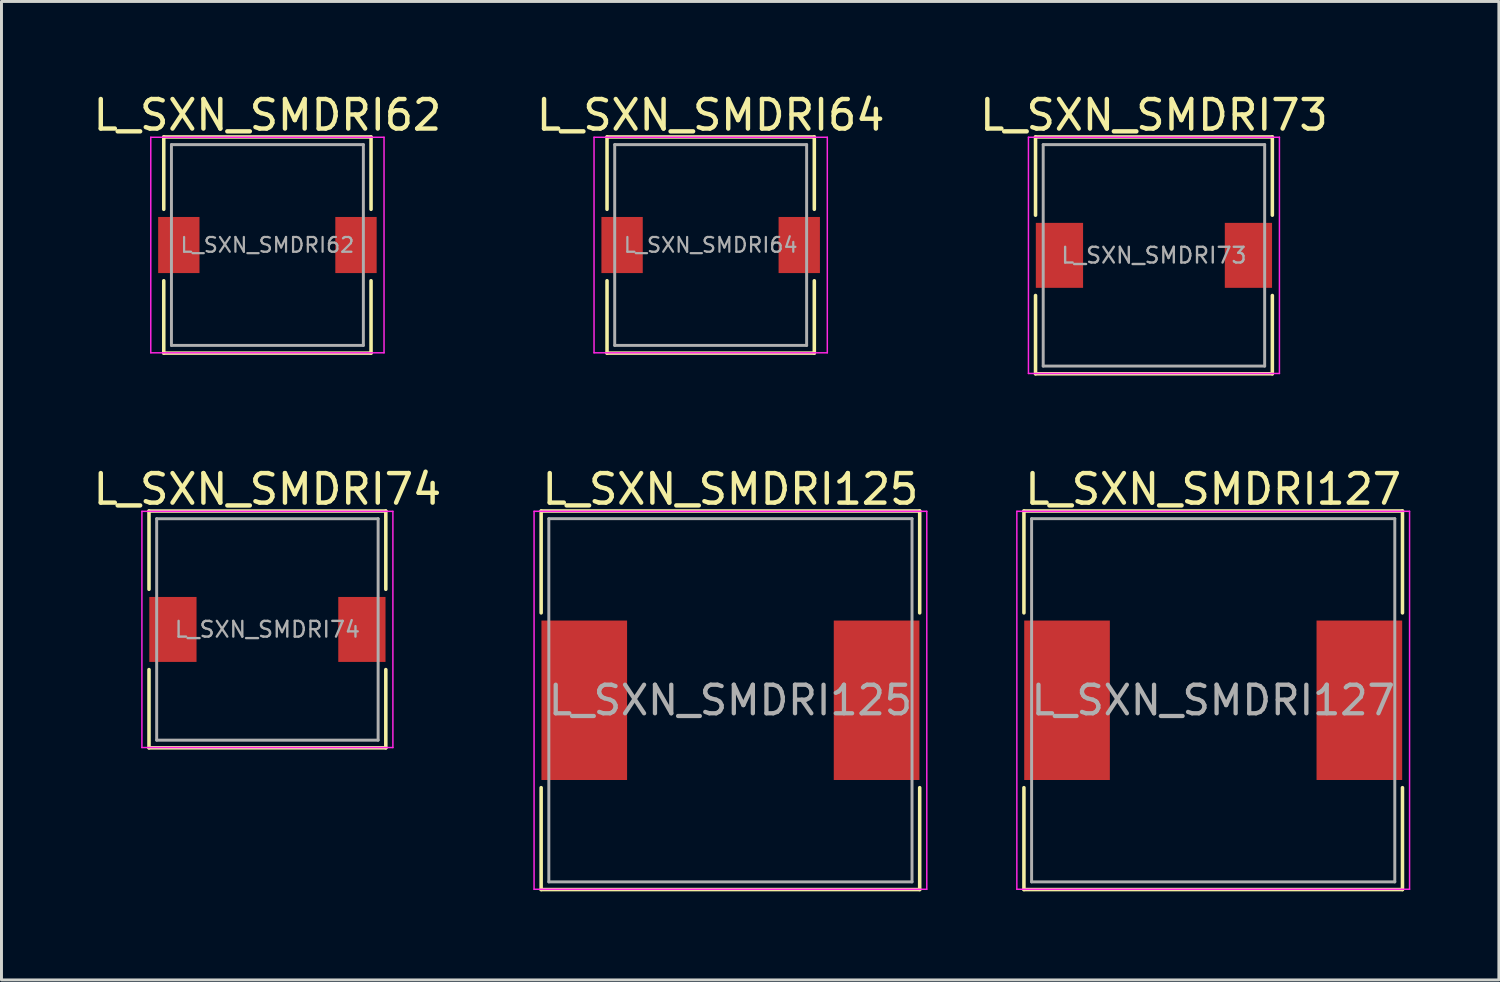
<source format=kicad_pcb>
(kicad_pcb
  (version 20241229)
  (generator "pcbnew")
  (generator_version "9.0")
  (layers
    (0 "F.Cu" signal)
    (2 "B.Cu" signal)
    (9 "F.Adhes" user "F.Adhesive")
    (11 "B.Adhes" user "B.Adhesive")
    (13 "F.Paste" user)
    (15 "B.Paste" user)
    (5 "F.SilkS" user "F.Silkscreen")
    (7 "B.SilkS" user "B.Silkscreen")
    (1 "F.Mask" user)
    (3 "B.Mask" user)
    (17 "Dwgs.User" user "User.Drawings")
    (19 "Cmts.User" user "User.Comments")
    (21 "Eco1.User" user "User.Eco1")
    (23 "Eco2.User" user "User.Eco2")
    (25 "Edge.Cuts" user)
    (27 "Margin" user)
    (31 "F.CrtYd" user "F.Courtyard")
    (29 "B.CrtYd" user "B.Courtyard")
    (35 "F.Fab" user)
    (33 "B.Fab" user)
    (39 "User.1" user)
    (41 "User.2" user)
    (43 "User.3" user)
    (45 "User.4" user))
  (footprint "L_SXN_SMDRI62"
    (layer "F.Cu")
    (at 6.006 5.248)
    (property "Reference" "L_SXN_SMDRI62" (at 0 -4.4 0) (layer "F.SilkS") (effects (font (size 1 1) (thickness 0.15))))
    (attr smd)
    (fp_line (start -3.51 -3.66) (end -3.51 -1.21) (stroke (width 0.12) (type solid)) (layer "F.SilkS"))
    (fp_line (start -3.51 -3.66) (end 3.51 -3.66) (stroke (width 0.12) (type solid)) (layer "F.SilkS"))
    (fp_line (start -3.51 3.66) (end -3.51 1.21) (stroke (width 0.12) (type solid)) (layer "F.SilkS"))
    (fp_line (start -3.51 3.66) (end 3.51 3.66) (stroke (width 0.12) (type solid)) (layer "F.SilkS"))
    (fp_line (start 3.51 -3.66) (end 3.51 -1.21) (stroke (width 0.12) (type solid)) (layer "F.SilkS"))
    (fp_line (start 3.51 3.66) (end 3.51 1.21) (stroke (width 0.12) (type solid)) (layer "F.SilkS"))
    (fp_line (start -3.95 -3.65) (end -3.95 3.65) (stroke (width 0.05) (type solid)) (layer "F.CrtYd"))
    (fp_line (start -3.95 3.65) (end 3.95 3.65) (stroke (width 0.05) (type solid)) (layer "F.CrtYd"))
    (fp_line (start 3.95 -3.65) (end -3.95 -3.65) (stroke (width 0.05) (type solid)) (layer "F.CrtYd"))
    (fp_line (start 3.95 3.65) (end 3.95 -3.65) (stroke (width 0.05) (type solid)) (layer "F.CrtYd"))
    (fp_line (start -3.25 -3.4) (end -3.25 3.4) (stroke (width 0.1) (type solid)) (layer "F.Fab"))
    (fp_line (start -3.25 3.4) (end 3.25 3.4) (stroke (width 0.1) (type solid)) (layer "F.Fab"))
    (fp_line (start 3.25 -3.4) (end -3.25 -3.4) (stroke (width 0.1) (type solid)) (layer "F.Fab"))
    (fp_line (start 3.25 3.4) (end 3.25 -3.4) (stroke (width 0.1) (type solid)) (layer "F.Fab"))
    (fp_text user "${REFERENCE}" (at 0 0 0) (layer "F.Fab") (effects (font (size 0.5 0.5) (thickness 0.075))))
    (pad "1" smd rect (at -3 0) (size 1.4 1.9) (layers "F.Cu" "F.Mask" "F.Paste"))
    (pad "2" smd rect (at 3 0) (size 1.4 1.9) (layers "F.Cu" "F.Mask" "F.Paste")))
  (footprint "L_SXN_SMDRI74"
    (layer "F.Cu")
    (at 6.006 18.267)
    (property "Reference" "L_SXN_SMDRI74" (at 0 -4.75 0) (layer "F.SilkS") (effects (font (size 1 1) (thickness 0.15))))
    (attr smd)
    (fp_line (start -4.01 -4.01) (end -4.01 -1.36) (stroke (width 0.12) (type solid)) (layer "F.SilkS"))
    (fp_line (start -4.01 -4.01) (end 4.01 -4.01) (stroke (width 0.12) (type solid)) (layer "F.SilkS"))
    (fp_line (start -4.01 4.01) (end -4.01 1.36) (stroke (width 0.12) (type solid)) (layer "F.SilkS"))
    (fp_line (start -4.01 4.01) (end 4.01 4.01) (stroke (width 0.12) (type solid)) (layer "F.SilkS"))
    (fp_line (start 4.01 -4.01) (end 4.01 -1.36) (stroke (width 0.12) (type solid)) (layer "F.SilkS"))
    (fp_line (start 4.01 4.01) (end 4.01 1.36) (stroke (width 0.12) (type solid)) (layer "F.SilkS"))
    (fp_line (start -4.25 -4) (end -4.25 4) (stroke (width 0.05) (type solid)) (layer "F.CrtYd"))
    (fp_line (start -4.25 4) (end 4.25 4) (stroke (width 0.05) (type solid)) (layer "F.CrtYd"))
    (fp_line (start 4.25 -4) (end -4.25 -4) (stroke (width 0.05) (type solid)) (layer "F.CrtYd"))
    (fp_line (start 4.25 4) (end 4.25 -4) (stroke (width 0.05) (type solid)) (layer "F.CrtYd"))
    (fp_line (start -3.75 -3.75) (end -3.75 3.75) (stroke (width 0.1) (type solid)) (layer "F.Fab"))
    (fp_line (start -3.75 3.75) (end 3.75 3.75) (stroke (width 0.1) (type solid)) (layer "F.Fab"))
    (fp_line (start 3.75 -3.75) (end -3.75 -3.75) (stroke (width 0.1) (type solid)) (layer "F.Fab"))
    (fp_line (start 3.75 3.75) (end 3.75 -3.75) (stroke (width 0.1) (type solid)) (layer "F.Fab"))
    (fp_text user "${REFERENCE}" (at 0 0 0) (layer "F.Fab") (effects (font (size 0.533 0.533) (thickness 0.08))))
    (pad "1" smd rect (at -3.2 0) (size 1.6 2.2) (layers "F.Cu" "F.Mask" "F.Paste"))
    (pad "2" smd rect (at 3.2 0) (size 1.6 2.2) (layers "F.Cu" "F.Mask" "F.Paste")))
  (footprint "L_SXN_SMDRI127"
    (layer "F.Cu")
    (at 38.037 20.666)
    (property "Reference" "L_SXN_SMDRI127" (at 0 -7.15 0) (layer "F.SilkS") (effects (font (size 1 1) (thickness 0.15))))
    (attr smd)
    (fp_line (start -6.41 -6.41) (end -6.41 -2.96) (stroke (width 0.12) (type solid)) (layer "F.SilkS"))
    (fp_line (start -6.41 -6.41) (end 6.41 -6.41) (stroke (width 0.12) (type solid)) (layer "F.SilkS"))
    (fp_line (start -6.41 6.41) (end -6.41 2.96) (stroke (width 0.12) (type solid)) (layer "F.SilkS"))
    (fp_line (start -6.41 6.41) (end 6.41 6.41) (stroke (width 0.12) (type solid)) (layer "F.SilkS"))
    (fp_line (start 6.41 -6.41) (end 6.41 -2.96) (stroke (width 0.12) (type solid)) (layer "F.SilkS"))
    (fp_line (start 6.41 6.41) (end 6.41 2.96) (stroke (width 0.12) (type solid)) (layer "F.SilkS"))
    (fp_line (start -6.65 -6.4) (end -6.65 6.4) (stroke (width 0.05) (type solid)) (layer "F.CrtYd"))
    (fp_line (start -6.65 6.4) (end 6.65 6.4) (stroke (width 0.05) (type solid)) (layer "F.CrtYd"))
    (fp_line (start 6.65 -6.4) (end -6.65 -6.4) (stroke (width 0.05) (type solid)) (layer "F.CrtYd"))
    (fp_line (start 6.65 6.4) (end 6.65 -6.4) (stroke (width 0.05) (type solid)) (layer "F.CrtYd"))
    (fp_line (start -6.15 -6.15) (end -6.15 6.15) (stroke (width 0.1) (type solid)) (layer "F.Fab"))
    (fp_line (start -6.15 6.15) (end 6.15 6.15) (stroke (width 0.1) (type solid)) (layer "F.Fab"))
    (fp_line (start 6.15 -6.15) (end -6.15 -6.15) (stroke (width 0.1) (type solid)) (layer "F.Fab"))
    (fp_line (start 6.15 6.15) (end 6.15 -6.15) (stroke (width 0.1) (type solid)) (layer "F.Fab"))
    (fp_text user "${REFERENCE}" (at 0 0 0) (layer "F.Fab") (effects (font (size 0.967 0.967) (thickness 0.145))))
    (pad "1" smd rect (at -4.95 0) (size 2.9 5.4) (layers "F.Cu" "F.Mask" "F.Paste"))
    (pad "2" smd rect (at 4.95 0) (size 2.9 5.4) (layers "F.Cu" "F.Mask" "F.Paste")))
  (footprint "L_SXN_SMDRI73"
    (layer "F.Cu")
    (at 36.03 5.598)
    (property "Reference" "L_SXN_SMDRI73" (at 0 -4.75 0) (layer "F.SilkS") (effects (font (size 1 1) (thickness 0.15))))
    (attr smd)
    (fp_line (start -4.01 -4.01) (end -4.01 -1.36) (stroke (width 0.12) (type solid)) (layer "F.SilkS"))
    (fp_line (start -4.01 -4.01) (end 4.01 -4.01) (stroke (width 0.12) (type solid)) (layer "F.SilkS"))
    (fp_line (start -4.01 4.01) (end -4.01 1.36) (stroke (width 0.12) (type solid)) (layer "F.SilkS"))
    (fp_line (start -4.01 4.01) (end 4.01 4.01) (stroke (width 0.12) (type solid)) (layer "F.SilkS"))
    (fp_line (start 4.01 -4.01) (end 4.01 -1.36) (stroke (width 0.12) (type solid)) (layer "F.SilkS"))
    (fp_line (start 4.01 4.01) (end 4.01 1.36) (stroke (width 0.12) (type solid)) (layer "F.SilkS"))
    (fp_line (start -4.25 -4) (end -4.25 4) (stroke (width 0.05) (type solid)) (layer "F.CrtYd"))
    (fp_line (start -4.25 4) (end 4.25 4) (stroke (width 0.05) (type solid)) (layer "F.CrtYd"))
    (fp_line (start 4.25 -4) (end -4.25 -4) (stroke (width 0.05) (type solid)) (layer "F.CrtYd"))
    (fp_line (start 4.25 4) (end 4.25 -4) (stroke (width 0.05) (type solid)) (layer "F.CrtYd"))
    (fp_line (start -3.75 -3.75) (end -3.75 3.75) (stroke (width 0.1) (type solid)) (layer "F.Fab"))
    (fp_line (start -3.75 3.75) (end 3.75 3.75) (stroke (width 0.1) (type solid)) (layer "F.Fab"))
    (fp_line (start 3.75 -3.75) (end -3.75 -3.75) (stroke (width 0.1) (type solid)) (layer "F.Fab"))
    (fp_line (start 3.75 3.75) (end 3.75 -3.75) (stroke (width 0.1) (type solid)) (layer "F.Fab"))
    (fp_text user "${REFERENCE}" (at 0 0 0) (layer "F.Fab") (effects (font (size 0.533 0.533) (thickness 0.08))))
    (pad "1" smd rect (at -3.2 0) (size 1.6 2.2) (layers "F.Cu" "F.Mask" "F.Paste"))
    (pad "2" smd rect (at 3.2 0) (size 1.6 2.2) (layers "F.Cu" "F.Mask" "F.Paste")))
  (footprint "L_SXN_SMDRI125"
    (layer "F.Cu")
    (at 21.687 20.666)
    (property "Reference" "L_SXN_SMDRI125" (at 0 -7.15 0) (layer "F.SilkS") (effects (font (size 1 1) (thickness 0.15))))
    (attr smd)
    (fp_line (start -6.41 -6.41) (end -6.41 -2.96) (stroke (width 0.12) (type solid)) (layer "F.SilkS"))
    (fp_line (start -6.41 -6.41) (end 6.41 -6.41) (stroke (width 0.12) (type solid)) (layer "F.SilkS"))
    (fp_line (start -6.41 6.41) (end -6.41 2.96) (stroke (width 0.12) (type solid)) (layer "F.SilkS"))
    (fp_line (start -6.41 6.41) (end 6.41 6.41) (stroke (width 0.12) (type solid)) (layer "F.SilkS"))
    (fp_line (start 6.41 -6.41) (end 6.41 -2.96) (stroke (width 0.12) (type solid)) (layer "F.SilkS"))
    (fp_line (start 6.41 6.41) (end 6.41 2.96) (stroke (width 0.12) (type solid)) (layer "F.SilkS"))
    (fp_line (start -6.65 -6.4) (end -6.65 6.4) (stroke (width 0.05) (type solid)) (layer "F.CrtYd"))
    (fp_line (start -6.65 6.4) (end 6.65 6.4) (stroke (width 0.05) (type solid)) (layer "F.CrtYd"))
    (fp_line (start 6.65 -6.4) (end -6.65 -6.4) (stroke (width 0.05) (type solid)) (layer "F.CrtYd"))
    (fp_line (start 6.65 6.4) (end 6.65 -6.4) (stroke (width 0.05) (type solid)) (layer "F.CrtYd"))
    (fp_line (start -6.15 -6.15) (end -6.15 6.15) (stroke (width 0.1) (type solid)) (layer "F.Fab"))
    (fp_line (start -6.15 6.15) (end 6.15 6.15) (stroke (width 0.1) (type solid)) (layer "F.Fab"))
    (fp_line (start 6.15 -6.15) (end -6.15 -6.15) (stroke (width 0.1) (type solid)) (layer "F.Fab"))
    (fp_line (start 6.15 6.15) (end 6.15 -6.15) (stroke (width 0.1) (type solid)) (layer "F.Fab"))
    (fp_text user "${REFERENCE}" (at 0 0 0) (layer "F.Fab") (effects (font (size 0.967 0.967) (thickness 0.145))))
    (pad "1" smd rect (at -4.95 0) (size 2.9 5.4) (layers "F.Cu" "F.Mask" "F.Paste"))
    (pad "2" smd rect (at 4.95 0) (size 2.9 5.4) (layers "F.Cu" "F.Mask" "F.Paste")))
  (footprint "L_SXN_SMDRI64"
    (layer "F.Cu")
    (at 21.018 5.248)
    (property "Reference" "L_SXN_SMDRI64" (at 0 -4.4 0) (layer "F.SilkS") (effects (font (size 1 1) (thickness 0.15))))
    (attr smd)
    (fp_line (start -3.51 -3.66) (end -3.51 -1.21) (stroke (width 0.12) (type solid)) (layer "F.SilkS"))
    (fp_line (start -3.51 -3.66) (end 3.51 -3.66) (stroke (width 0.12) (type solid)) (layer "F.SilkS"))
    (fp_line (start -3.51 3.66) (end -3.51 1.21) (stroke (width 0.12) (type solid)) (layer "F.SilkS"))
    (fp_line (start -3.51 3.66) (end 3.51 3.66) (stroke (width 0.12) (type solid)) (layer "F.SilkS"))
    (fp_line (start 3.51 -3.66) (end 3.51 -1.21) (stroke (width 0.12) (type solid)) (layer "F.SilkS"))
    (fp_line (start 3.51 3.66) (end 3.51 1.21) (stroke (width 0.12) (type solid)) (layer "F.SilkS"))
    (fp_line (start -3.95 -3.65) (end -3.95 3.65) (stroke (width 0.05) (type solid)) (layer "F.CrtYd"))
    (fp_line (start -3.95 3.65) (end 3.95 3.65) (stroke (width 0.05) (type solid)) (layer "F.CrtYd"))
    (fp_line (start 3.95 -3.65) (end -3.95 -3.65) (stroke (width 0.05) (type solid)) (layer "F.CrtYd"))
    (fp_line (start 3.95 3.65) (end 3.95 -3.65) (stroke (width 0.05) (type solid)) (layer "F.CrtYd"))
    (fp_line (start -3.25 -3.4) (end -3.25 3.4) (stroke (width 0.1) (type solid)) (layer "F.Fab"))
    (fp_line (start -3.25 3.4) (end 3.25 3.4) (stroke (width 0.1) (type solid)) (layer "F.Fab"))
    (fp_line (start 3.25 -3.4) (end -3.25 -3.4) (stroke (width 0.1) (type solid)) (layer "F.Fab"))
    (fp_line (start 3.25 3.4) (end 3.25 -3.4) (stroke (width 0.1) (type solid)) (layer "F.Fab"))
    (fp_text user "${REFERENCE}" (at 0 0 0) (layer "F.Fab") (effects (font (size 0.5 0.5) (thickness 0.075))))
    (pad "1" smd rect (at -3 0) (size 1.4 1.9) (layers "F.Cu" "F.Mask" "F.Paste"))
    (pad "2" smd rect (at 3 0) (size 1.4 1.9) (layers "F.Cu" "F.Mask" "F.Paste")))
  (gr_rect
    (start -3 -3)
    (end 47.712 30.137)
    (stroke (width 0.1) (type default))
    (fill no)
    (layer "Edge.Cuts")))
</source>
